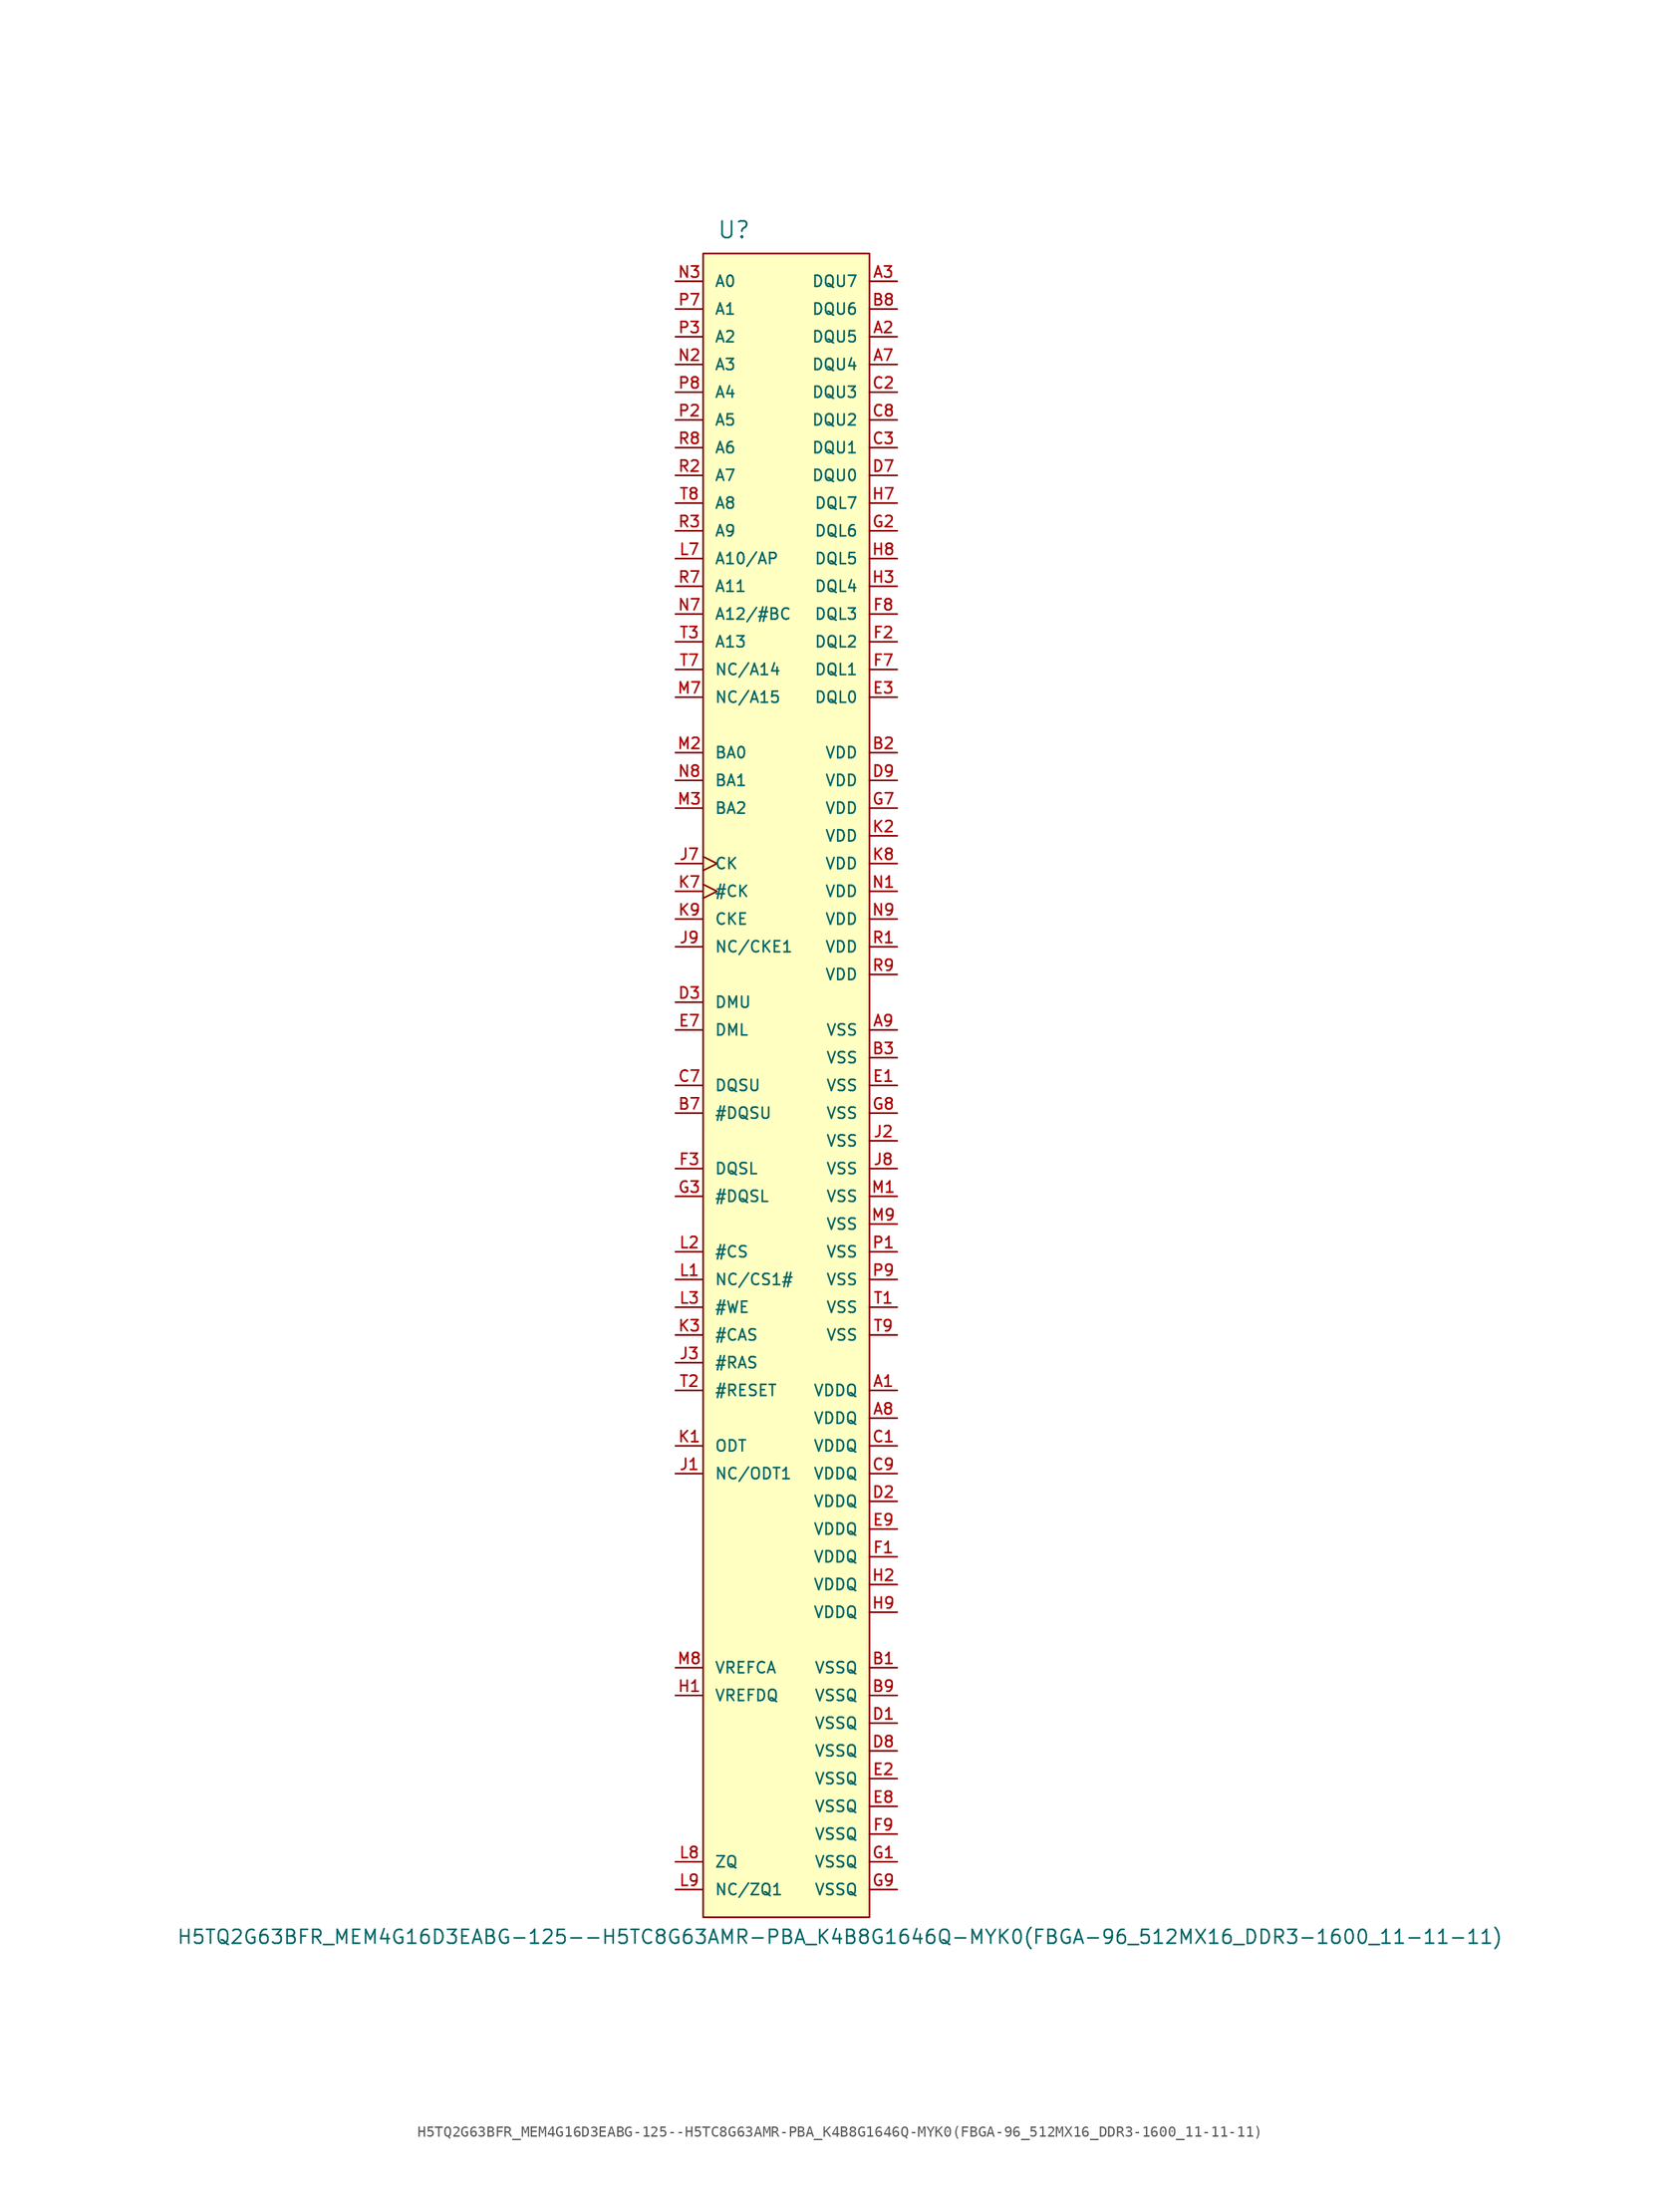
<source format=kicad_sym>
(kicad_symbol_lib
  (version 20220914)
  (generator kicad_symbol_editor)
  (symbol "H5TQ2G63BFR_MEM4G16D3EABG-125--H5TC8G63AMR-PBA_K4B8G1646Q-MYK0(FBGA-96_512MX16_DDR3-1600_11-11-11)"
    (pin_names
      (offset 1.016))
    (property "Reference" "U"
      (at -6.35 77.47 0)
      (effects (font (size 1.524 1.524)) (justify left bottom)))
    (property "Value" "H5TQ2G63BFR_MEM4G16D3EABG-125--H5TC8G63AMR-PBA_K4B8G1646Q-MYK0(FBGA-96_512MX16_DDR3-1600_11-11-11)"
      (at -55.88 -78.74 0)
      (effects (font (size 1.27 1.27)) (justify left bottom)))
    (property "Datasheet" ""
      (at 0 -2.54 0)
      (effects (font (size 1.524 1.524))))
    (property "ki_locked" ""
      (at 0 0 0)
      (effects (font (size 1.27 1.27))))
    (symbol "H5TQ2G63BFR_MEM4G16D3EABG-125--H5TC8G63AMR-PBA_K4B8G1646Q-MYK0(FBGA-96_512MX16_DDR3-1600_11-11-11)_1_0"
      (rectangle (start -7.62 76.2) (end 7.62 -76.2) (stroke (width 0) (type solid)) (fill (type background))))
    (symbol "H5TQ2G63BFR_MEM4G16D3EABG-125--H5TC8G63AMR-PBA_K4B8G1646Q-MYK0(FBGA-96_512MX16_DDR3-1600_11-11-11)_1_1"
      (pin power_in line (at 10.16 -27.94 180) (length 2.54) (name "VDDQ" (effects (font (size 1.016 1.016)))) (number "A1" (effects (font (size 1.016 1.016)))))
      (pin bidirectional line (at 10.16 68.58 180) (length 2.54) (name "DQU5" (effects (font (size 1.016 1.016)))) (number "A2" (effects (font (size 1.016 1.016)))))
      (pin bidirectional line (at 10.16 73.66 180) (length 2.54) (name "DQU7" (effects (font (size 1.016 1.016)))) (number "A3" (effects (font (size 1.016 1.016)))))
      (pin bidirectional line (at 10.16 66.04 180) (length 2.54) (name "DQU4" (effects (font (size 1.016 1.016)))) (number "A7" (effects (font (size 1.016 1.016)))))
      (pin power_in line (at 10.16 -30.48 180) (length 2.54) (name "VDDQ" (effects (font (size 1.016 1.016)))) (number "A8" (effects (font (size 1.016 1.016)))))
      (pin power_in line (at 10.16 5.08 180) (length 2.54) (name "VSS" (effects (font (size 1.016 1.016)))) (number "A9" (effects (font (size 1.016 1.016)))))
      (pin power_in line (at 10.16 -53.34 180) (length 2.54) (name "VSSQ" (effects (font (size 1.016 1.016)))) (number "B1" (effects (font (size 1.016 1.016)))))
      (pin power_in line (at 10.16 30.48 180) (length 2.54) (name "VDD" (effects (font (size 1.016 1.016)))) (number "B2" (effects (font (size 1.016 1.016)))))
      (pin power_in line (at 10.16 2.54 180) (length 2.54) (name "VSS" (effects (font (size 1.016 1.016)))) (number "B3" (effects (font (size 1.016 1.016)))))
      (pin input line (at -10.16 -2.54 0) (length 2.54) (name "#DQSU" (effects (font (size 1.016 1.016)))) (number "B7" (effects (font (size 1.016 1.016)))))
      (pin bidirectional line (at 10.16 71.12 180) (length 2.54) (name "DQU6" (effects (font (size 1.016 1.016)))) (number "B8" (effects (font (size 1.016 1.016)))))
      (pin power_in line (at 10.16 -55.88 180) (length 2.54) (name "VSSQ" (effects (font (size 1.016 1.016)))) (number "B9" (effects (font (size 1.016 1.016)))))
      (pin power_in line (at 10.16 -33.02 180) (length 2.54) (name "VDDQ" (effects (font (size 1.016 1.016)))) (number "C1" (effects (font (size 1.016 1.016)))))
      (pin bidirectional line (at 10.16 63.5 180) (length 2.54) (name "DQU3" (effects (font (size 1.016 1.016)))) (number "C2" (effects (font (size 1.016 1.016)))))
      (pin bidirectional line (at 10.16 58.42 180) (length 2.54) (name "DQU1" (effects (font (size 1.016 1.016)))) (number "C3" (effects (font (size 1.016 1.016)))))
      (pin input line (at -10.16 0 0) (length 2.54) (name "DQSU" (effects (font (size 1.016 1.016)))) (number "C7" (effects (font (size 1.016 1.016)))))
      (pin bidirectional line (at 10.16 60.96 180) (length 2.54) (name "DQU2" (effects (font (size 1.016 1.016)))) (number "C8" (effects (font (size 1.016 1.016)))))
      (pin power_in line (at 10.16 -35.56 180) (length 2.54) (name "VDDQ" (effects (font (size 1.016 1.016)))) (number "C9" (effects (font (size 1.016 1.016)))))
      (pin power_in line (at 10.16 -58.42 180) (length 2.54) (name "VSSQ" (effects (font (size 1.016 1.016)))) (number "D1" (effects (font (size 1.016 1.016)))))
      (pin power_in line (at 10.16 -38.1 180) (length 2.54) (name "VDDQ" (effects (font (size 1.016 1.016)))) (number "D2" (effects (font (size 1.016 1.016)))))
      (pin input line (at -10.16 7.62 0) (length 2.54) (name "DMU" (effects (font (size 1.016 1.016)))) (number "D3" (effects (font (size 1.016 1.016)))))
      (pin bidirectional line (at 10.16 55.88 180) (length 2.54) (name "DQU0" (effects (font (size 1.016 1.016)))) (number "D7" (effects (font (size 1.016 1.016)))))
      (pin power_in line (at 10.16 -60.96 180) (length 2.54) (name "VSSQ" (effects (font (size 1.016 1.016)))) (number "D8" (effects (font (size 1.016 1.016)))))
      (pin power_in line (at 10.16 27.94 180) (length 2.54) (name "VDD" (effects (font (size 1.016 1.016)))) (number "D9" (effects (font (size 1.016 1.016)))))
      (pin power_in line (at 10.16 0 180) (length 2.54) (name "VSS" (effects (font (size 1.016 1.016)))) (number "E1" (effects (font (size 1.016 1.016)))))
      (pin power_in line (at 10.16 -63.5 180) (length 2.54) (name "VSSQ" (effects (font (size 1.016 1.016)))) (number "E2" (effects (font (size 1.016 1.016)))))
      (pin bidirectional line (at 10.16 35.56 180) (length 2.54) (name "DQL0" (effects (font (size 1.016 1.016)))) (number "E3" (effects (font (size 1.016 1.016)))))
      (pin input line (at -10.16 5.08 0) (length 2.54) (name "DML" (effects (font (size 1.016 1.016)))) (number "E7" (effects (font (size 1.016 1.016)))))
      (pin power_in line (at 10.16 -66.04 180) (length 2.54) (name "VSSQ" (effects (font (size 1.016 1.016)))) (number "E8" (effects (font (size 1.016 1.016)))))
      (pin power_in line (at 10.16 -40.64 180) (length 2.54) (name "VDDQ" (effects (font (size 1.016 1.016)))) (number "E9" (effects (font (size 1.016 1.016)))))
      (pin power_in line (at 10.16 -43.18 180) (length 2.54) (name "VDDQ" (effects (font (size 1.016 1.016)))) (number "F1" (effects (font (size 1.016 1.016)))))
      (pin bidirectional line (at 10.16 40.64 180) (length 2.54) (name "DQL2" (effects (font (size 1.016 1.016)))) (number "F2" (effects (font (size 1.016 1.016)))))
      (pin input line (at -10.16 -7.62 0) (length 2.54) (name "DQSL" (effects (font (size 1.016 1.016)))) (number "F3" (effects (font (size 1.016 1.016)))))
      (pin bidirectional line (at 10.16 38.1 180) (length 2.54) (name "DQL1" (effects (font (size 1.016 1.016)))) (number "F7" (effects (font (size 1.016 1.016)))))
      (pin bidirectional line (at 10.16 43.18 180) (length 2.54) (name "DQL3" (effects (font (size 1.016 1.016)))) (number "F8" (effects (font (size 1.016 1.016)))))
      (pin power_in line (at 10.16 -68.58 180) (length 2.54) (name "VSSQ" (effects (font (size 1.016 1.016)))) (number "F9" (effects (font (size 1.016 1.016)))))
      (pin power_in line (at 10.16 -71.12 180) (length 2.54) (name "VSSQ" (effects (font (size 1.016 1.016)))) (number "G1" (effects (font (size 1.016 1.016)))))
      (pin bidirectional line (at 10.16 50.8 180) (length 2.54) (name "DQL6" (effects (font (size 1.016 1.016)))) (number "G2" (effects (font (size 1.016 1.016)))))
      (pin input line (at -10.16 -10.16 0) (length 2.54) (name "#DQSL" (effects (font (size 1.016 1.016)))) (number "G3" (effects (font (size 1.016 1.016)))))
      (pin power_in line (at 10.16 25.4 180) (length 2.54) (name "VDD" (effects (font (size 1.016 1.016)))) (number "G7" (effects (font (size 1.016 1.016)))))
      (pin power_in line (at 10.16 -2.54 180) (length 2.54) (name "VSS" (effects (font (size 1.016 1.016)))) (number "G8" (effects (font (size 1.016 1.016)))))
      (pin power_in line (at 10.16 -73.66 180) (length 2.54) (name "VSSQ" (effects (font (size 1.016 1.016)))) (number "G9" (effects (font (size 1.016 1.016)))))
      (pin input line (at -10.16 -55.88 0) (length 2.54) (name "VREFDQ" (effects (font (size 1.016 1.016)))) (number "H1" (effects (font (size 1.016 1.016)))))
      (pin power_in line (at 10.16 -45.72 180) (length 2.54) (name "VDDQ" (effects (font (size 1.016 1.016)))) (number "H2" (effects (font (size 1.016 1.016)))))
      (pin bidirectional line (at 10.16 45.72 180) (length 2.54) (name "DQL4" (effects (font (size 1.016 1.016)))) (number "H3" (effects (font (size 1.016 1.016)))))
      (pin bidirectional line (at 10.16 53.34 180) (length 2.54) (name "DQL7" (effects (font (size 1.016 1.016)))) (number "H7" (effects (font (size 1.016 1.016)))))
      (pin bidirectional line (at 10.16 48.26 180) (length 2.54) (name "DQL5" (effects (font (size 1.016 1.016)))) (number "H8" (effects (font (size 1.016 1.016)))))
      (pin power_in line (at 10.16 -48.26 180) (length 2.54) (name "VDDQ" (effects (font (size 1.016 1.016)))) (number "H9" (effects (font (size 1.016 1.016)))))
      (pin input line (at -10.16 -35.56 0) (length 2.54) (name "NC/ODT1" (effects (font (size 1.016 1.016)))) (number "J1" (effects (font (size 1.016 1.016)))))
      (pin power_in line (at 10.16 -5.08 180) (length 2.54) (name "VSS" (effects (font (size 1.016 1.016)))) (number "J2" (effects (font (size 1.016 1.016)))))
      (pin input line (at -10.16 -25.4 0) (length 2.54) (name "#RAS" (effects (font (size 1.016 1.016)))) (number "J3" (effects (font (size 1.016 1.016)))))
      (pin input clock (at -10.16 20.32 0) (length 2.54) (name "CK" (effects (font (size 1.016 1.016)))) (number "J7" (effects (font (size 1.016 1.016)))))
      (pin power_in line (at 10.16 -7.62 180) (length 2.54) (name "VSS" (effects (font (size 1.016 1.016)))) (number "J8" (effects (font (size 1.016 1.016)))))
      (pin input line (at -10.16 12.7 0) (length 2.54) (name "NC/CKE1" (effects (font (size 1.016 1.016)))) (number "J9" (effects (font (size 1.016 1.016)))))
      (pin input line (at -10.16 -33.02 0) (length 2.54) (name "ODT" (effects (font (size 1.016 1.016)))) (number "K1" (effects (font (size 1.016 1.016)))))
      (pin power_in line (at 10.16 22.86 180) (length 2.54) (name "VDD" (effects (font (size 1.016 1.016)))) (number "K2" (effects (font (size 1.016 1.016)))))
      (pin input line (at -10.16 -22.86 0) (length 2.54) (name "#CAS" (effects (font (size 1.016 1.016)))) (number "K3" (effects (font (size 1.016 1.016)))))
      (pin input clock (at -10.16 17.78 0) (length 2.54) (name "#CK" (effects (font (size 1.016 1.016)))) (number "K7" (effects (font (size 1.016 1.016)))))
      (pin power_in line (at 10.16 20.32 180) (length 2.54) (name "VDD" (effects (font (size 1.016 1.016)))) (number "K8" (effects (font (size 1.016 1.016)))))
      (pin input line (at -10.16 15.24 0) (length 2.54) (name "CKE" (effects (font (size 1.016 1.016)))) (number "K9" (effects (font (size 1.016 1.016)))))
      (pin input line (at -10.16 -17.78 0) (length 2.54) (name "NC/CS1#" (effects (font (size 1.016 1.016)))) (number "L1" (effects (font (size 1.016 1.016)))))
      (pin input line (at -10.16 -15.24 0) (length 2.54) (name "#CS" (effects (font (size 1.016 1.016)))) (number "L2" (effects (font (size 1.016 1.016)))))
      (pin input line (at -10.16 -20.32 0) (length 2.54) (name "#WE" (effects (font (size 1.016 1.016)))) (number "L3" (effects (font (size 1.016 1.016)))))
      (pin input line (at -10.16 48.26 0) (length 2.54) (name "A10/AP" (effects (font (size 1.016 1.016)))) (number "L7" (effects (font (size 1.016 1.016)))))
      (pin input line (at -10.16 -71.12 0) (length 2.54) (name "ZQ" (effects (font (size 1.016 1.016)))) (number "L8" (effects (font (size 1.016 1.016)))))
      (pin passive line (at -10.16 -73.66 0) (length 2.54) (name "NC/ZQ1" (effects (font (size 1.016 1.016)))) (number "L9" (effects (font (size 1.016 1.016)))))
      (pin power_in line (at 10.16 -10.16 180) (length 2.54) (name "VSS" (effects (font (size 1.016 1.016)))) (number "M1" (effects (font (size 1.016 1.016)))))
      (pin input line (at -10.16 30.48 0) (length 2.54) (name "BA0" (effects (font (size 1.016 1.016)))) (number "M2" (effects (font (size 1.016 1.016)))))
      (pin input line (at -10.16 25.4 0) (length 2.54) (name "BA2" (effects (font (size 1.016 1.016)))) (number "M3" (effects (font (size 1.016 1.016)))))
      (pin input line (at -10.16 35.56 0) (length 2.54) (name "NC/A15" (effects (font (size 1.016 1.016)))) (number "M7" (effects (font (size 1.016 1.016)))))
      (pin input line (at -10.16 -53.34 0) (length 2.54) (name "VREFCA" (effects (font (size 1.016 1.016)))) (number "M8" (effects (font (size 1.016 1.016)))))
      (pin power_in line (at 10.16 -12.7 180) (length 2.54) (name "VSS" (effects (font (size 1.016 1.016)))) (number "M9" (effects (font (size 1.016 1.016)))))
      (pin power_in line (at 10.16 17.78 180) (length 2.54) (name "VDD" (effects (font (size 1.016 1.016)))) (number "N1" (effects (font (size 1.016 1.016)))))
      (pin input line (at -10.16 66.04 0) (length 2.54) (name "A3" (effects (font (size 1.016 1.016)))) (number "N2" (effects (font (size 1.016 1.016)))))
      (pin input line (at -10.16 73.66 0) (length 2.54) (name "A0" (effects (font (size 1.016 1.016)))) (number "N3" (effects (font (size 1.016 1.016)))))
      (pin input line (at -10.16 43.18 0) (length 2.54) (name "A12/#BC" (effects (font (size 1.016 1.016)))) (number "N7" (effects (font (size 1.016 1.016)))))
      (pin input line (at -10.16 27.94 0) (length 2.54) (name "BA1" (effects (font (size 1.016 1.016)))) (number "N8" (effects (font (size 1.016 1.016)))))
      (pin power_in line (at 10.16 15.24 180) (length 2.54) (name "VDD" (effects (font (size 1.016 1.016)))) (number "N9" (effects (font (size 1.016 1.016)))))
      (pin power_in line (at 10.16 -15.24 180) (length 2.54) (name "VSS" (effects (font (size 1.016 1.016)))) (number "P1" (effects (font (size 1.016 1.016)))))
      (pin input line (at -10.16 60.96 0) (length 2.54) (name "A5" (effects (font (size 1.016 1.016)))) (number "P2" (effects (font (size 1.016 1.016)))))
      (pin input line (at -10.16 68.58 0) (length 2.54) (name "A2" (effects (font (size 1.016 1.016)))) (number "P3" (effects (font (size 1.016 1.016)))))
      (pin input line (at -10.16 71.12 0) (length 2.54) (name "A1" (effects (font (size 1.016 1.016)))) (number "P7" (effects (font (size 1.016 1.016)))))
      (pin input line (at -10.16 63.5 0) (length 2.54) (name "A4" (effects (font (size 1.016 1.016)))) (number "P8" (effects (font (size 1.016 1.016)))))
      (pin power_in line (at 10.16 -17.78 180) (length 2.54) (name "VSS" (effects (font (size 1.016 1.016)))) (number "P9" (effects (font (size 1.016 1.016)))))
      (pin power_in line (at 10.16 12.7 180) (length 2.54) (name "VDD" (effects (font (size 1.016 1.016)))) (number "R1" (effects (font (size 1.016 1.016)))))
      (pin input line (at -10.16 55.88 0) (length 2.54) (name "A7" (effects (font (size 1.016 1.016)))) (number "R2" (effects (font (size 1.016 1.016)))))
      (pin input line (at -10.16 50.8 0) (length 2.54) (name "A9" (effects (font (size 1.016 1.016)))) (number "R3" (effects (font (size 1.016 1.016)))))
      (pin input line (at -10.16 45.72 0) (length 2.54) (name "A11" (effects (font (size 1.016 1.016)))) (number "R7" (effects (font (size 1.016 1.016)))))
      (pin input line (at -10.16 58.42 0) (length 2.54) (name "A6" (effects (font (size 1.016 1.016)))) (number "R8" (effects (font (size 1.016 1.016)))))
      (pin power_in line (at 10.16 10.16 180) (length 2.54) (name "VDD" (effects (font (size 1.016 1.016)))) (number "R9" (effects (font (size 1.016 1.016)))))
      (pin power_in line (at 10.16 -20.32 180) (length 2.54) (name "VSS" (effects (font (size 1.016 1.016)))) (number "T1" (effects (font (size 1.016 1.016)))))
      (pin input line (at -10.16 -27.94 0) (length 2.54) (name "#RESET" (effects (font (size 1.016 1.016)))) (number "T2" (effects (font (size 1.016 1.016)))))
      (pin input line (at -10.16 40.64 0) (length 2.54) (name "A13" (effects (font (size 1.016 1.016)))) (number "T3" (effects (font (size 1.016 1.016)))))
      (pin input line (at -10.16 38.1 0) (length 2.54) (name "NC/A14" (effects (font (size 1.016 1.016)))) (number "T7" (effects (font (size 1.016 1.016)))))
      (pin input line (at -10.16 53.34 0) (length 2.54) (name "A8" (effects (font (size 1.016 1.016)))) (number "T8" (effects (font (size 1.016 1.016)))))
      (pin power_in line (at 10.16 -22.86 180) (length 2.54) (name "VSS" (effects (font (size 1.016 1.016)))) (number "T9" (effects (font (size 1.016 1.016))))))))
</source>
